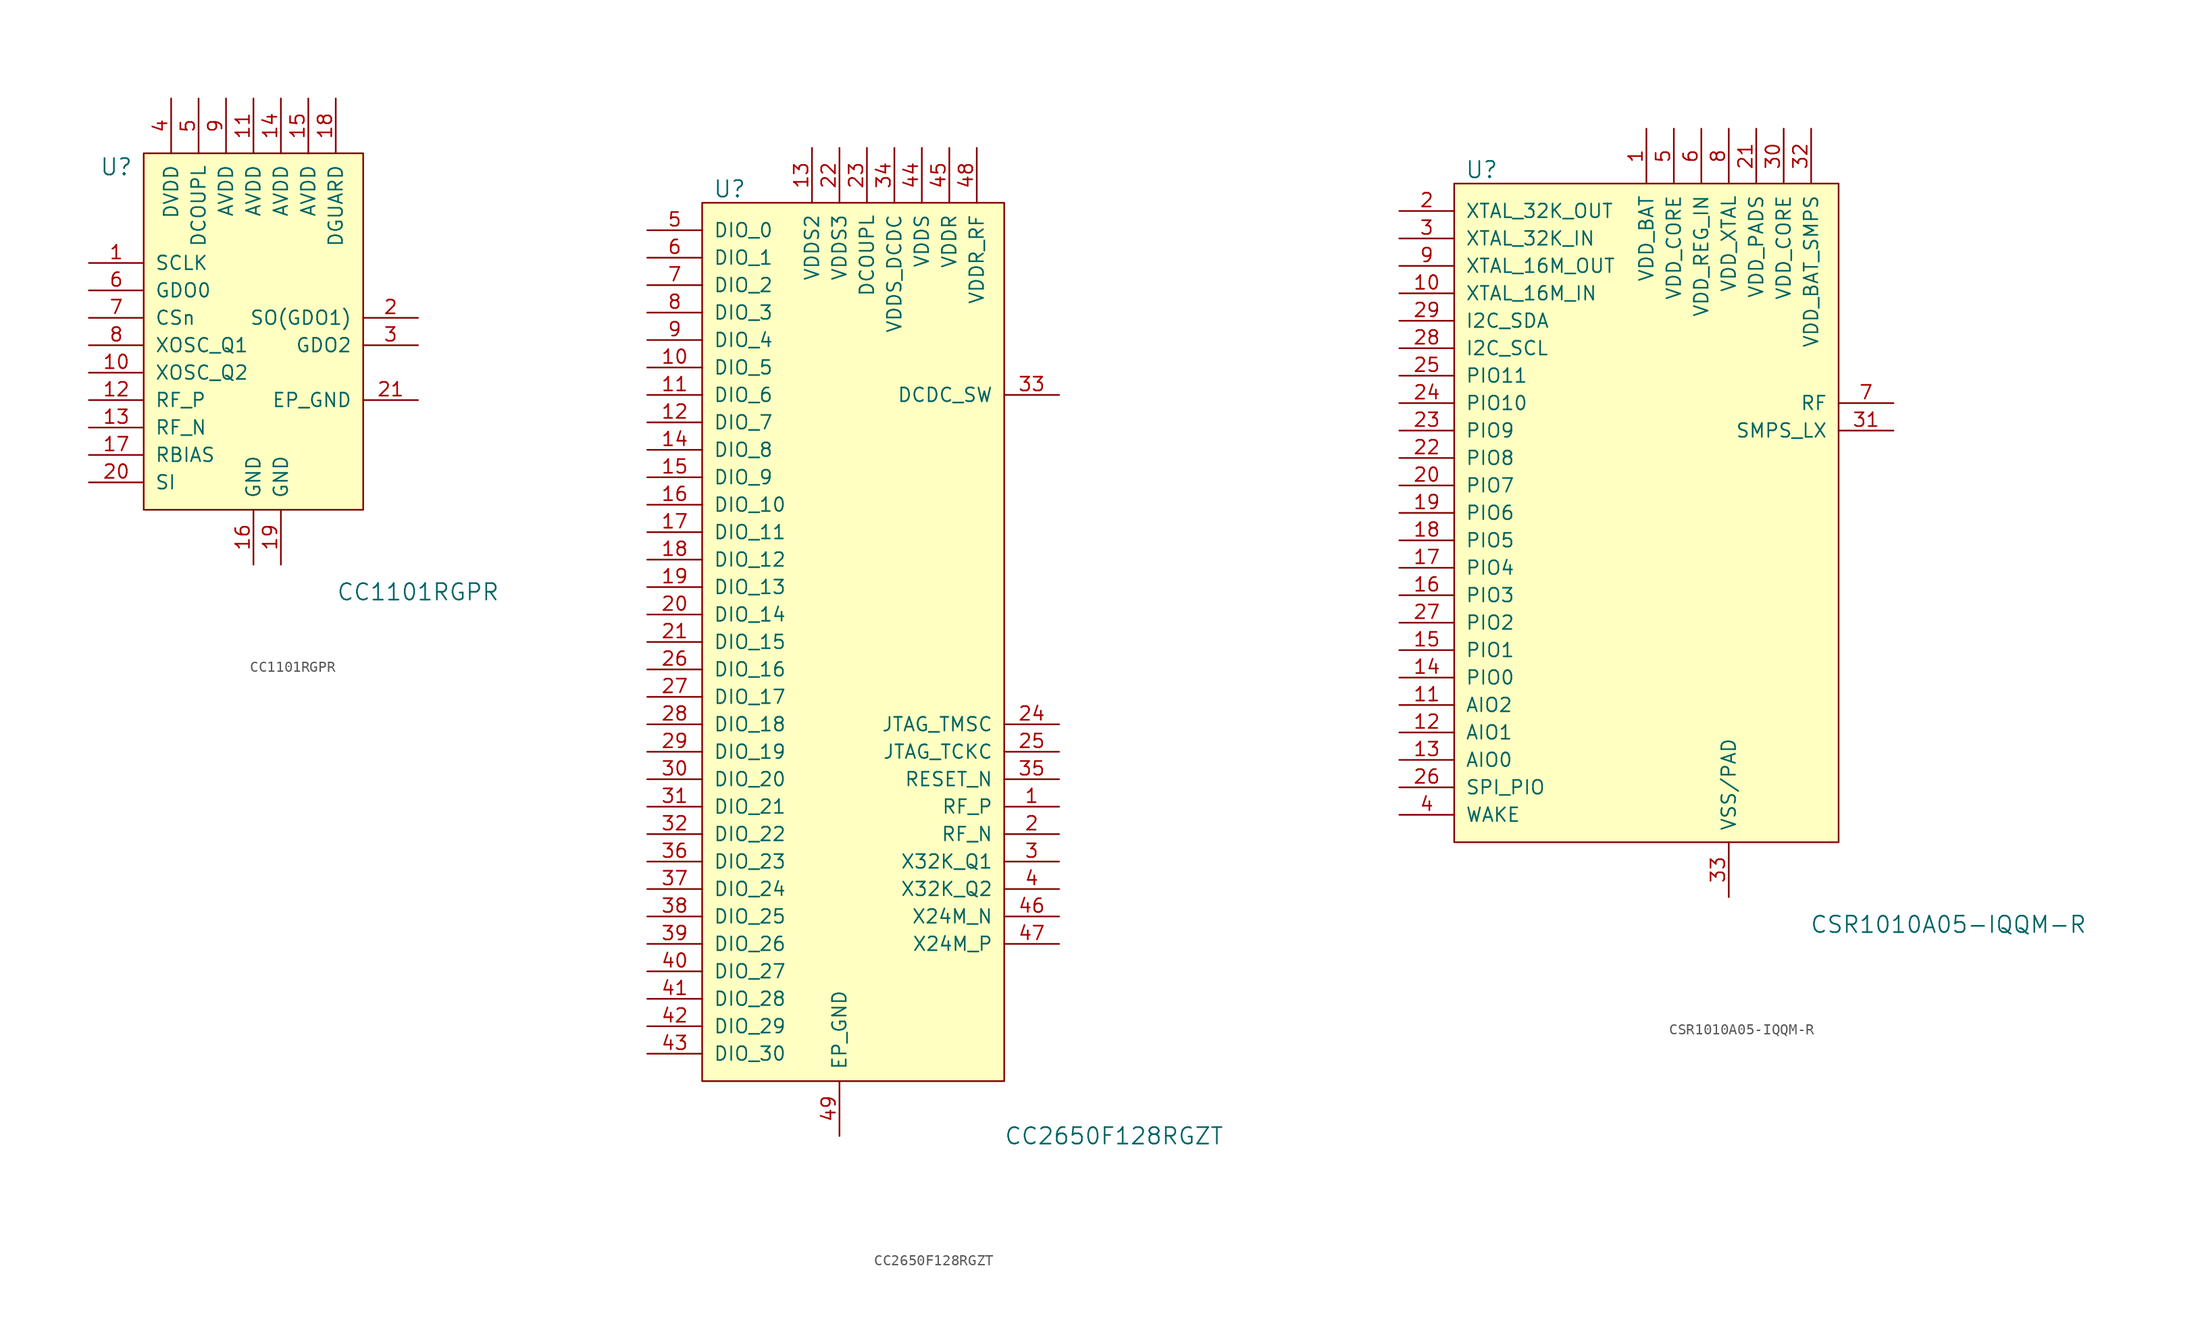
<source format=kicad_sym>
(kicad_symbol_lib
  (version 20201005)
  (generator kicad_symbol_editor)
  (symbol "CC1101RGPR"
    (pin_names
      (offset 1.016))
    (property "Reference" "U"
      (at -12.7 11.43 0)
      (effects (font (size 1.524 1.524))))
    (property "Value" "CC1101RGPR"
      (at 15.24 -27.94 0)
      (effects (font (size 1.524 1.524))))
    (symbol "CC1101RGPR_0_1"
      (rectangle (start -10.16 12.7) (end 10.16 -20.32) (stroke (width 0)) (fill (type background))))
    (symbol "CC1101RGPR_1_1"
      (pin input line (at -15.24 2.54 0) (length 5.08) (name "SCLK" (effects (font (size 1.27 1.27)))) (number "1" (effects (font (size 1.27 1.27)))))
      (pin output line (at 15.24 -2.54 180) (length 5.08) (name "SO(GDO1)" (effects (font (size 1.27 1.27)))) (number "2" (effects (font (size 1.27 1.27)))))
      (pin output line (at 15.24 -5.08 180) (length 5.08) (name "GDO2" (effects (font (size 1.27 1.27)))) (number "3" (effects (font (size 1.27 1.27)))))
      (pin power_in line (at -7.62 17.78 270) (length 5.08) (name "DVDD" (effects (font (size 1.27 1.27)))) (number "4" (effects (font (size 1.27 1.27)))))
      (pin power_in line (at -5.08 17.78 270) (length 5.08) (name "DCOUPL" (effects (font (size 1.27 1.27)))) (number "5" (effects (font (size 1.27 1.27)))))
      (pin bidirectional line (at -15.24 0 0) (length 5.08) (name "GDO0" (effects (font (size 1.27 1.27)))) (number "6" (effects (font (size 1.27 1.27)))))
      (pin input line (at -15.24 -2.54 0) (length 5.08) (name "CSn" (effects (font (size 1.27 1.27)))) (number "7" (effects (font (size 1.27 1.27)))))
      (pin bidirectional line (at -15.24 -5.08 0) (length 5.08) (name "XOSC_Q1" (effects (font (size 1.27 1.27)))) (number "8" (effects (font (size 1.27 1.27)))))
      (pin power_in line (at -2.54 17.78 270) (length 5.08) (name "AVDD" (effects (font (size 1.27 1.27)))) (number "9" (effects (font (size 1.27 1.27)))))
      (pin bidirectional line (at -15.24 -7.62 0) (length 5.08) (name "XOSC_Q2" (effects (font (size 1.27 1.27)))) (number "10" (effects (font (size 1.27 1.27)))))
      (pin input line (at -15.24 -17.78 0) (length 5.08) (name "SI" (effects (font (size 1.27 1.27)))) (number "20" (effects (font (size 1.27 1.27)))))
      (pin power_in line (at 0 17.78 270) (length 5.08) (name "AVDD" (effects (font (size 1.27 1.27)))) (number "11" (effects (font (size 1.27 1.27)))))
      (pin power_in line (at 15.24 -10.16 180) (length 5.08) (name "EP_GND" (effects (font (size 1.27 1.27)))) (number "21" (effects (font (size 1.27 1.27)))))
      (pin bidirectional line (at -15.24 -10.16 0) (length 5.08) (name "RF_P" (effects (font (size 1.27 1.27)))) (number "12" (effects (font (size 1.27 1.27)))))
      (pin bidirectional line (at -15.24 -12.7 0) (length 5.08) (name "RF_N" (effects (font (size 1.27 1.27)))) (number "13" (effects (font (size 1.27 1.27)))))
      (pin power_in line (at 2.54 17.78 270) (length 5.08) (name "AVDD" (effects (font (size 1.27 1.27)))) (number "14" (effects (font (size 1.27 1.27)))))
      (pin power_in line (at 5.08 17.78 270) (length 5.08) (name "AVDD" (effects (font (size 1.27 1.27)))) (number "15" (effects (font (size 1.27 1.27)))))
      (pin power_in line (at 0 -25.4 90) (length 5.08) (name "GND" (effects (font (size 1.27 1.27)))) (number "16" (effects (font (size 1.27 1.27)))))
      (pin bidirectional line (at -15.24 -15.24 0) (length 5.08) (name "RBIAS" (effects (font (size 1.27 1.27)))) (number "17" (effects (font (size 1.27 1.27)))))
      (pin power_in line (at 7.62 17.78 270) (length 5.08) (name "DGUARD" (effects (font (size 1.27 1.27)))) (number "18" (effects (font (size 1.27 1.27)))))
      (pin power_in line (at 2.54 -25.4 90) (length 5.08) (name "GND" (effects (font (size 1.27 1.27)))) (number "19" (effects (font (size 1.27 1.27)))))))
  (symbol "CC2650F128RGZT"
    (pin_names
      (offset 1.016))
    (property "Reference" "U"
      (at -10.16 39.37 0)
      (effects (font (size 1.524 1.524))))
    (property "Value" "CC2650F128RGZT"
      (at 25.4 -48.26 0)
      (effects (font (size 1.524 1.524))))
    (symbol "CC2650F128RGZT_0_1"
      (rectangle (start -12.7 38.1) (end 15.24 -43.18) (stroke (width 0)) (fill (type background))))
    (symbol "CC2650F128RGZT_1_1"
      (pin bidirectional line (at 20.32 -17.78 180) (length 5.08) (name "RF_P" (effects (font (size 1.27 1.27)))) (number "1" (effects (font (size 1.27 1.27)))))
      (pin bidirectional line (at 20.32 -20.32 180) (length 5.08) (name "RF_N" (effects (font (size 1.27 1.27)))) (number "2" (effects (font (size 1.27 1.27)))))
      (pin bidirectional line (at 20.32 -22.86 180) (length 5.08) (name "X32K_Q1" (effects (font (size 1.27 1.27)))) (number "3" (effects (font (size 1.27 1.27)))))
      (pin bidirectional line (at 20.32 -25.4 180) (length 5.08) (name "X32K_Q2" (effects (font (size 1.27 1.27)))) (number "4" (effects (font (size 1.27 1.27)))))
      (pin bidirectional line (at -17.78 35.56 0) (length 5.08) (name "DIO_0" (effects (font (size 1.27 1.27)))) (number "5" (effects (font (size 1.27 1.27)))))
      (pin bidirectional line (at -17.78 33.02 0) (length 5.08) (name "DIO_1" (effects (font (size 1.27 1.27)))) (number "6" (effects (font (size 1.27 1.27)))))
      (pin bidirectional line (at -17.78 30.48 0) (length 5.08) (name "DIO_2" (effects (font (size 1.27 1.27)))) (number "7" (effects (font (size 1.27 1.27)))))
      (pin bidirectional line (at -17.78 27.94 0) (length 5.08) (name "DIO_3" (effects (font (size 1.27 1.27)))) (number "8" (effects (font (size 1.27 1.27)))))
      (pin bidirectional line (at -17.78 25.4 0) (length 5.08) (name "DIO_4" (effects (font (size 1.27 1.27)))) (number "9" (effects (font (size 1.27 1.27)))))
      (pin bidirectional line (at -17.78 22.86 0) (length 5.08) (name "DIO_5" (effects (font (size 1.27 1.27)))) (number "10" (effects (font (size 1.27 1.27)))))
      (pin bidirectional line (at -17.78 0 0) (length 5.08) (name "DIO_14" (effects (font (size 1.27 1.27)))) (number "20" (effects (font (size 1.27 1.27)))))
      (pin bidirectional line (at -17.78 -15.24 0) (length 5.08) (name "DIO_20" (effects (font (size 1.27 1.27)))) (number "30" (effects (font (size 1.27 1.27)))))
      (pin bidirectional line (at -17.78 -33.02 0) (length 5.08) (name "DIO_27" (effects (font (size 1.27 1.27)))) (number "40" (effects (font (size 1.27 1.27)))))
      (pin bidirectional line (at -17.78 20.32 0) (length 5.08) (name "DIO_6" (effects (font (size 1.27 1.27)))) (number "11" (effects (font (size 1.27 1.27)))))
      (pin bidirectional line (at -17.78 -2.54 0) (length 5.08) (name "DIO_15" (effects (font (size 1.27 1.27)))) (number "21" (effects (font (size 1.27 1.27)))))
      (pin bidirectional line (at -17.78 -17.78 0) (length 5.08) (name "DIO_21" (effects (font (size 1.27 1.27)))) (number "31" (effects (font (size 1.27 1.27)))))
      (pin bidirectional line (at -17.78 -35.56 0) (length 5.08) (name "DIO_28" (effects (font (size 1.27 1.27)))) (number "41" (effects (font (size 1.27 1.27)))))
      (pin bidirectional line (at -17.78 17.78 0) (length 5.08) (name "DIO_7" (effects (font (size 1.27 1.27)))) (number "12" (effects (font (size 1.27 1.27)))))
      (pin power_in line (at 0 43.18 270) (length 5.08) (name "VDDS3" (effects (font (size 1.27 1.27)))) (number "22" (effects (font (size 1.27 1.27)))))
      (pin bidirectional line (at -17.78 -20.32 0) (length 5.08) (name "DIO_22" (effects (font (size 1.27 1.27)))) (number "32" (effects (font (size 1.27 1.27)))))
      (pin bidirectional line (at -17.78 -38.1 0) (length 5.08) (name "DIO_29" (effects (font (size 1.27 1.27)))) (number "42" (effects (font (size 1.27 1.27)))))
      (pin power_in line (at -2.54 43.18 270) (length 5.08) (name "VDDS2" (effects (font (size 1.27 1.27)))) (number "13" (effects (font (size 1.27 1.27)))))
      (pin power_in line (at 2.54 43.18 270) (length 5.08) (name "DCOUPL" (effects (font (size 1.27 1.27)))) (number "23" (effects (font (size 1.27 1.27)))))
      (pin power_out line (at 20.32 20.32 180) (length 5.08) (name "DCDC_SW" (effects (font (size 1.27 1.27)))) (number "33" (effects (font (size 1.27 1.27)))))
      (pin bidirectional line (at -17.78 -40.64 0) (length 5.08) (name "DIO_30" (effects (font (size 1.27 1.27)))) (number "43" (effects (font (size 1.27 1.27)))))
      (pin bidirectional line (at -17.78 15.24 0) (length 5.08) (name "DIO_8" (effects (font (size 1.27 1.27)))) (number "14" (effects (font (size 1.27 1.27)))))
      (pin bidirectional line (at 20.32 -10.16 180) (length 5.08) (name "JTAG_TMSC" (effects (font (size 1.27 1.27)))) (number "24" (effects (font (size 1.27 1.27)))))
      (pin power_in line (at 5.08 43.18 270) (length 5.08) (name "VDDS_DCDC" (effects (font (size 1.27 1.27)))) (number "34" (effects (font (size 1.27 1.27)))))
      (pin power_in line (at 7.62 43.18 270) (length 5.08) (name "VDDS" (effects (font (size 1.27 1.27)))) (number "44" (effects (font (size 1.27 1.27)))))
      (pin bidirectional line (at -17.78 12.7 0) (length 5.08) (name "DIO_9" (effects (font (size 1.27 1.27)))) (number "15" (effects (font (size 1.27 1.27)))))
      (pin bidirectional line (at 20.32 -12.7 180) (length 5.08) (name "JTAG_TCKC" (effects (font (size 1.27 1.27)))) (number "25" (effects (font (size 1.27 1.27)))))
      (pin bidirectional line (at 20.32 -15.24 180) (length 5.08) (name "RESET_N" (effects (font (size 1.27 1.27)))) (number "35" (effects (font (size 1.27 1.27)))))
      (pin power_in line (at 10.16 43.18 270) (length 5.08) (name "VDDR" (effects (font (size 1.27 1.27)))) (number "45" (effects (font (size 1.27 1.27)))))
      (pin bidirectional line (at -17.78 10.16 0) (length 5.08) (name "DIO_10" (effects (font (size 1.27 1.27)))) (number "16" (effects (font (size 1.27 1.27)))))
      (pin bidirectional line (at -17.78 -5.08 0) (length 5.08) (name "DIO_16" (effects (font (size 1.27 1.27)))) (number "26" (effects (font (size 1.27 1.27)))))
      (pin bidirectional line (at -17.78 -22.86 0) (length 5.08) (name "DIO_23" (effects (font (size 1.27 1.27)))) (number "36" (effects (font (size 1.27 1.27)))))
      (pin bidirectional line (at 20.32 -27.94 180) (length 5.08) (name "X24M_N" (effects (font (size 1.27 1.27)))) (number "46" (effects (font (size 1.27 1.27)))))
      (pin bidirectional line (at -17.78 7.62 0) (length 5.08) (name "DIO_11" (effects (font (size 1.27 1.27)))) (number "17" (effects (font (size 1.27 1.27)))))
      (pin bidirectional line (at -17.78 -7.62 0) (length 5.08) (name "DIO_17" (effects (font (size 1.27 1.27)))) (number "27" (effects (font (size 1.27 1.27)))))
      (pin bidirectional line (at -17.78 -25.4 0) (length 5.08) (name "DIO_24" (effects (font (size 1.27 1.27)))) (number "37" (effects (font (size 1.27 1.27)))))
      (pin bidirectional line (at 20.32 -30.48 180) (length 5.08) (name "X24M_P" (effects (font (size 1.27 1.27)))) (number "47" (effects (font (size 1.27 1.27)))))
      (pin bidirectional line (at -17.78 5.08 0) (length 5.08) (name "DIO_12" (effects (font (size 1.27 1.27)))) (number "18" (effects (font (size 1.27 1.27)))))
      (pin bidirectional line (at -17.78 -10.16 0) (length 5.08) (name "DIO_18" (effects (font (size 1.27 1.27)))) (number "28" (effects (font (size 1.27 1.27)))))
      (pin bidirectional line (at -17.78 -27.94 0) (length 5.08) (name "DIO_25" (effects (font (size 1.27 1.27)))) (number "38" (effects (font (size 1.27 1.27)))))
      (pin power_in line (at 12.7 43.18 270) (length 5.08) (name "VDDR_RF" (effects (font (size 1.27 1.27)))) (number "48" (effects (font (size 1.27 1.27)))))
      (pin bidirectional line (at -17.78 2.54 0) (length 5.08) (name "DIO_13" (effects (font (size 1.27 1.27)))) (number "19" (effects (font (size 1.27 1.27)))))
      (pin bidirectional line (at -17.78 -12.7 0) (length 5.08) (name "DIO_19" (effects (font (size 1.27 1.27)))) (number "29" (effects (font (size 1.27 1.27)))))
      (pin bidirectional line (at -17.78 -30.48 0) (length 5.08) (name "DIO_26" (effects (font (size 1.27 1.27)))) (number "39" (effects (font (size 1.27 1.27)))))
      (pin power_in line (at 0 -48.26 90) (length 5.08) (name "EP_GND" (effects (font (size 1.27 1.27)))) (number "49" (effects (font (size 1.27 1.27)))))))
  (symbol "CSR1010A05-IQQM-R"
    (pin_names
      (offset 1.016))
    (property "Reference" "U"
      (at -15.24 31.75 0)
      (effects (font (size 1.524 1.524))))
    (property "Value" "CSR1010A05-IQQM-R"
      (at 27.94 -38.1 0)
      (effects (font (size 1.524 1.524))))
    (symbol "CSR1010A05-IQQM-R_0_1"
      (rectangle (start -17.78 30.48) (end 17.78 -30.48) (stroke (width 0)) (fill (type background))))
    (symbol "CSR1010A05-IQQM-R_1_1"
      (pin power_in line (at 0 35.56 270) (length 5.08) (name "VDD_BAT" (effects (font (size 1.27 1.27)))) (number "1" (effects (font (size 1.27 1.27)))))
      (pin input line (at -22.86 27.94 0) (length 5.08) (name "XTAL_32K_OUT" (effects (font (size 1.27 1.27)))) (number "2" (effects (font (size 1.27 1.27)))))
      (pin input line (at -22.86 25.4 0) (length 5.08) (name "XTAL_32K_IN" (effects (font (size 1.27 1.27)))) (number "3" (effects (font (size 1.27 1.27)))))
      (pin input line (at -22.86 -27.94 0) (length 5.08) (name "WAKE" (effects (font (size 1.27 1.27)))) (number "4" (effects (font (size 1.27 1.27)))))
      (pin power_in line (at 2.54 35.56 270) (length 5.08) (name "VDD_CORE" (effects (font (size 1.27 1.27)))) (number "5" (effects (font (size 1.27 1.27)))))
      (pin power_in line (at 5.08 35.56 270) (length 5.08) (name "VDD_REG_IN" (effects (font (size 1.27 1.27)))) (number "6" (effects (font (size 1.27 1.27)))))
      (pin output line (at 22.86 10.16 180) (length 5.08) (name "RF" (effects (font (size 1.27 1.27)))) (number "7" (effects (font (size 1.27 1.27)))))
      (pin power_in line (at 7.62 35.56 270) (length 5.08) (name "VDD_XTAL" (effects (font (size 1.27 1.27)))) (number "8" (effects (font (size 1.27 1.27)))))
      (pin input line (at -22.86 22.86 0) (length 5.08) (name "XTAL_16M_OUT" (effects (font (size 1.27 1.27)))) (number "9" (effects (font (size 1.27 1.27)))))
      (pin input line (at -22.86 20.32 0) (length 5.08) (name "XTAL_16M_IN" (effects (font (size 1.27 1.27)))) (number "10" (effects (font (size 1.27 1.27)))))
      (pin bidirectional line (at -22.86 2.54 0) (length 5.08) (name "PIO7" (effects (font (size 1.27 1.27)))) (number "20" (effects (font (size 1.27 1.27)))))
      (pin power_in line (at 12.7 35.56 270) (length 5.08) (name "VDD_CORE" (effects (font (size 1.27 1.27)))) (number "30" (effects (font (size 1.27 1.27)))))
      (pin bidirectional line (at -22.86 -17.78 0) (length 5.08) (name "AIO2" (effects (font (size 1.27 1.27)))) (number "11" (effects (font (size 1.27 1.27)))))
      (pin power_in line (at 10.16 35.56 270) (length 5.08) (name "VDD_PADS" (effects (font (size 1.27 1.27)))) (number "21" (effects (font (size 1.27 1.27)))))
      (pin output line (at 22.86 7.62 180) (length 5.08) (name "SMPS_LX" (effects (font (size 1.27 1.27)))) (number "31" (effects (font (size 1.27 1.27)))))
      (pin bidirectional line (at -22.86 -20.32 0) (length 5.08) (name "AIO1" (effects (font (size 1.27 1.27)))) (number "12" (effects (font (size 1.27 1.27)))))
      (pin bidirectional line (at -22.86 5.08 0) (length 5.08) (name "PIO8" (effects (font (size 1.27 1.27)))) (number "22" (effects (font (size 1.27 1.27)))))
      (pin power_in line (at 15.24 35.56 270) (length 5.08) (name "VDD_BAT_SMPS" (effects (font (size 1.27 1.27)))) (number "32" (effects (font (size 1.27 1.27)))))
      (pin bidirectional line (at -22.86 -22.86 0) (length 5.08) (name "AIO0" (effects (font (size 1.27 1.27)))) (number "13" (effects (font (size 1.27 1.27)))))
      (pin bidirectional line (at -22.86 7.62 0) (length 5.08) (name "PIO9" (effects (font (size 1.27 1.27)))) (number "23" (effects (font (size 1.27 1.27)))))
      (pin power_in line (at 7.62 -35.56 90) (length 5.08) (name "VSS/PAD" (effects (font (size 1.27 1.27)))) (number "33" (effects (font (size 1.27 1.27)))))
      (pin bidirectional line (at -22.86 -15.24 0) (length 5.08) (name "PIO0" (effects (font (size 1.27 1.27)))) (number "14" (effects (font (size 1.27 1.27)))))
      (pin bidirectional line (at -22.86 10.16 0) (length 5.08) (name "PIO10" (effects (font (size 1.27 1.27)))) (number "24" (effects (font (size 1.27 1.27)))))
      (pin bidirectional line (at -22.86 -12.7 0) (length 5.08) (name "PIO1" (effects (font (size 1.27 1.27)))) (number "15" (effects (font (size 1.27 1.27)))))
      (pin bidirectional line (at -22.86 12.7 0) (length 5.08) (name "PIO11" (effects (font (size 1.27 1.27)))) (number "25" (effects (font (size 1.27 1.27)))))
      (pin bidirectional line (at -22.86 -7.62 0) (length 5.08) (name "PIO3" (effects (font (size 1.27 1.27)))) (number "16" (effects (font (size 1.27 1.27)))))
      (pin bidirectional line (at -22.86 -25.4 0) (length 5.08) (name "SPI_PIO" (effects (font (size 1.27 1.27)))) (number "26" (effects (font (size 1.27 1.27)))))
      (pin bidirectional line (at -22.86 -5.08 0) (length 5.08) (name "PIO4" (effects (font (size 1.27 1.27)))) (number "17" (effects (font (size 1.27 1.27)))))
      (pin bidirectional line (at -22.86 -10.16 0) (length 5.08) (name "PIO2" (effects (font (size 1.27 1.27)))) (number "27" (effects (font (size 1.27 1.27)))))
      (pin bidirectional line (at -22.86 -2.54 0) (length 5.08) (name "PIO5" (effects (font (size 1.27 1.27)))) (number "18" (effects (font (size 1.27 1.27)))))
      (pin bidirectional line (at -22.86 15.24 0) (length 5.08) (name "I2C_SCL" (effects (font (size 1.27 1.27)))) (number "28" (effects (font (size 1.27 1.27)))))
      (pin bidirectional line (at -22.86 0 0) (length 5.08) (name "PIO6" (effects (font (size 1.27 1.27)))) (number "19" (effects (font (size 1.27 1.27)))))
      (pin bidirectional line (at -22.86 17.78 0) (length 5.08) (name "I2C_SDA" (effects (font (size 1.27 1.27)))) (number "29" (effects (font (size 1.27 1.27))))))))
</source>
